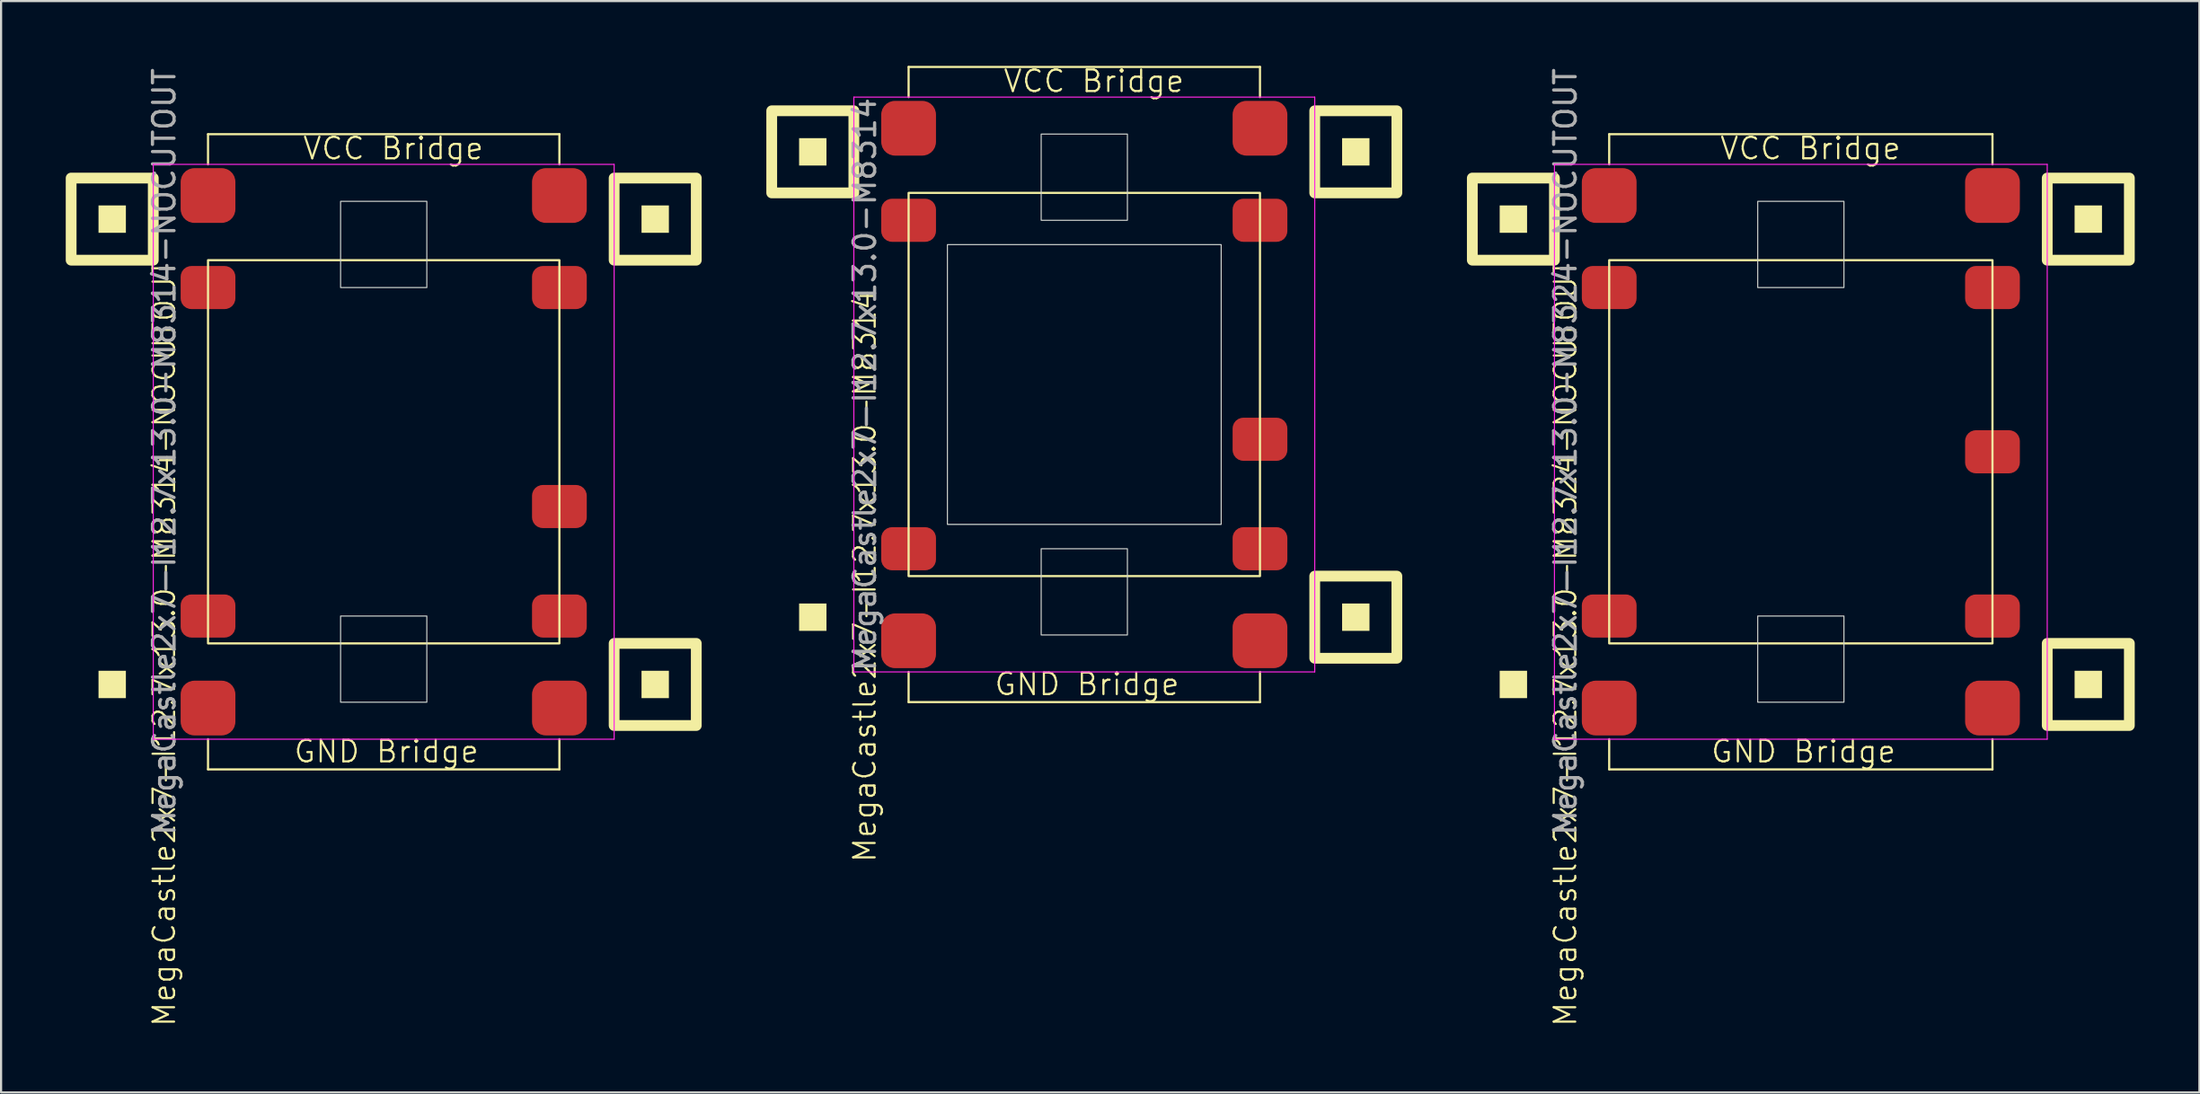
<source format=kicad_pcb>
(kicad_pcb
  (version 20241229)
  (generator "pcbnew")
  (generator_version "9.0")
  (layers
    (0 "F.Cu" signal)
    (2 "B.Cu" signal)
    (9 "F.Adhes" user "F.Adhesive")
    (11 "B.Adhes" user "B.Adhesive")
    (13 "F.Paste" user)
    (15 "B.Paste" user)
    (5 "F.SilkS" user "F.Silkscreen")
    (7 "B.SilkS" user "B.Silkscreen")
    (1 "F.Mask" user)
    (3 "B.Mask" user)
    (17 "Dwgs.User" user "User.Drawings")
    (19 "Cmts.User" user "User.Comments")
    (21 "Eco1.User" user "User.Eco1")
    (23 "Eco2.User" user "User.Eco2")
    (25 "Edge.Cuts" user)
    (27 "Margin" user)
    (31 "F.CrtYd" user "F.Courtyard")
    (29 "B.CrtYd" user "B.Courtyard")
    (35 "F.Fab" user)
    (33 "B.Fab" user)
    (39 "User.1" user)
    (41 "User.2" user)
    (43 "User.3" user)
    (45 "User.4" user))
  (footprint "MegaCastle2x7-I12.7x13.0-M8314-NOCUTOUT"
    (layer "F.Cu")
    (at 14.75 17.911)
    (property "Reference" "MegaCastle2x7-I12.7x13.0-M8314-NOCUTOUT" (at -10.182 8.89 90) (unlocked yes) (layer "F.SilkS") (effects (font (size 1 1) (thickness 0.1))))
    (attr smd)
    (fp_line (start -8.15 -14.735) (end 8.15 -14.735) (stroke (width 0.1) (type default)) (layer "F.SilkS"))
    (fp_line (start -8.15 -13.335) (end -8.15 -14.735) (stroke (width 0.1) (type default)) (layer "F.SilkS"))
    (fp_line (start -8.15 13.335) (end -8.15 14.735) (stroke (width 0.1) (type default)) (layer "F.SilkS"))
    (fp_line (start -8.15 14.735) (end 8.15 14.735) (stroke (width 0.1) (type default)) (layer "F.SilkS"))
    (fp_line (start 8.15 -13.335) (end 8.15 -14.735) (stroke (width 0.1) (type default)) (layer "F.SilkS"))
    (fp_line (start 8.15 13.335) (end 8.15 14.735) (stroke (width 0.1) (type default)) (layer "F.SilkS"))
    (fp_rect (start -11.96 -10.16) (end -13.23 -11.43) (stroke (width 0) (type solid)) (fill yes) (layer "F.SilkS"))
    (fp_rect (start -11.96 11.43) (end -13.23 10.16) (stroke (width 0) (type solid)) (fill yes) (layer "F.SilkS"))
    (fp_rect (start -10.69 -8.89) (end -14.5 -12.7) (stroke (width 0.5) (type default)) (fill no) (layer "F.SilkS"))
    (fp_rect (start -8.15 -8.89) (end 8.15 8.89) (stroke (width 0.1) (type default)) (fill no) (layer "F.SilkS"))
    (fp_rect (start 13.23 -10.16) (end 11.96 -11.43) (stroke (width 0) (type solid)) (fill yes) (layer "F.SilkS"))
    (fp_rect (start 13.23 11.43) (end 11.96 10.16) (stroke (width 0) (type solid)) (fill yes) (layer "F.SilkS"))
    (fp_rect (start 14.5 -8.89) (end 10.69 -12.7) (stroke (width 0.5) (type default)) (fill no) (layer "F.SilkS"))
    (fp_rect (start 14.5 12.7) (end 10.69 8.89) (stroke (width 0.5) (type default)) (fill no) (layer "F.SilkS"))
    (fp_rect (start -2 -7.62) (end 2 -11.62) (stroke (width 0.05) (type default)) (fill no) (layer "Edge.Cuts"))
    (fp_rect (start -2 7.62) (end 2 11.62) (stroke (width 0.05) (type default)) (fill no) (layer "Edge.Cuts"))
    (fp_line (start -10.69 -13.335) (end -10.69 13.335) (stroke (width 0.05) (type default)) (layer "F.CrtYd"))
    (fp_line (start -10.69 13.335) (end 10.69 13.335) (stroke (width 0.05) (type default)) (layer "F.CrtYd"))
    (fp_line (start 10.69 -13.335) (end -10.69 -13.335) (stroke (width 0.05) (type default)) (layer "F.CrtYd"))
    (fp_line (start 10.69 -13.335) (end 10.69 13.335) (stroke (width 0.05) (type default)) (layer "F.CrtYd"))
    (fp_text user "VCC Bridge" (at -3.81 -13.49 0) (unlocked yes) (layer "F.SilkS") (effects (font (size 1 1) (thickness 0.1)) (justify left bottom)))
    (fp_text user "GND Bridge" (at -4.226 14.49 0) (unlocked yes) (layer "F.SilkS") (effects (font (size 1 1) (thickness 0.1)) (justify left bottom)))
    (fp_text user "${REFERENCE}" (at -10.182 0 90) (unlocked yes) (layer "F.Fab") (effects (font (size 1 1) (thickness 0.15))))
    (pad "1" smd roundrect (at -8.15 -7.62) (size 2.54 2) (layers "F.Cu" "F.Mask" "F.Paste") (roundrect_rratio 0.25))
    (pad "7" smd roundrect (at -8.15 7.62) (size 2.54 2) (layers "F.Cu" "F.Mask" "F.Paste") (roundrect_rratio 0.25))
    (pad "8" smd roundrect (at 8.15 -7.62) (size 2.54 2) (layers "F.Cu" "F.Mask" "F.Paste") (roundrect_rratio 0.25))
    (pad "12" smd roundrect (at 8.15 2.54) (size 2.54 2) (layers "F.Cu" "F.Mask" "F.Paste") (roundrect_rratio 0.25))
    (pad "14" smd roundrect (at 8.15 7.62) (size 2.54 2) (layers "F.Cu" "F.Mask" "F.Paste") (roundrect_rratio 0.25))
    (pad "A1" smd roundrect (at -8.15 -11.89) (size 2.54 2.54) (layers "F.Cu" "F.Mask" "F.Paste") (roundrect_rratio 0.25))
    (pad "A2" smd roundrect (at 8.15 -11.89) (size 2.54 2.54) (layers "F.Cu" "F.Mask" "F.Paste") (roundrect_rratio 0.25))
    (pad "B1" smd roundrect (at -8.15 11.89) (size 2.54 2.54) (layers "F.Cu" "F.Mask" "F.Paste") (roundrect_rratio 0.25))
    (pad "B2" smd roundrect (at 8.15 11.89) (size 2.54 2.54) (layers "F.Cu" "F.Mask" "F.Paste") (roundrect_rratio 0.25)))
  (footprint "MegaCastle2x7-I12.7x13.0-M8324-NOCUTOUT"
    (layer "F.Cu")
    (at 80.49 17.911)
    (property "Reference" "MegaCastle2x7-I12.7x13.0-M8324-NOCUTOUT" (at -10.922 8.89 90) (unlocked yes) (layer "F.SilkS") (effects (font (size 1 1) (thickness 0.1))))
    (attr smd)
    (fp_line (start -8.89 -14.735) (end 8.89 -14.735) (stroke (width 0.1) (type default)) (layer "F.SilkS"))
    (fp_line (start -8.89 -13.335) (end -8.89 -14.735) (stroke (width 0.1) (type default)) (layer "F.SilkS"))
    (fp_line (start -8.89 13.335) (end -8.89 14.735) (stroke (width 0.1) (type default)) (layer "F.SilkS"))
    (fp_line (start -8.89 14.735) (end 8.89 14.735) (stroke (width 0.1) (type default)) (layer "F.SilkS"))
    (fp_line (start 8.89 -13.335) (end 8.89 -14.735) (stroke (width 0.1) (type default)) (layer "F.SilkS"))
    (fp_line (start 8.89 13.335) (end 8.89 14.735) (stroke (width 0.1) (type default)) (layer "F.SilkS"))
    (fp_rect (start -12.7 -10.16) (end -13.97 -11.43) (stroke (width 0) (type solid)) (fill yes) (layer "F.SilkS"))
    (fp_rect (start -12.7 11.43) (end -13.97 10.16) (stroke (width 0) (type solid)) (fill yes) (layer "F.SilkS"))
    (fp_rect (start -11.43 -8.89) (end -15.24 -12.7) (stroke (width 0.5) (type default)) (fill no) (layer "F.SilkS"))
    (fp_rect (start -8.89 -8.89) (end 8.89 8.89) (stroke (width 0.1) (type default)) (fill no) (layer "F.SilkS"))
    (fp_rect (start 13.97 -10.16) (end 12.7 -11.43) (stroke (width 0) (type solid)) (fill yes) (layer "F.SilkS"))
    (fp_rect (start 13.97 11.43) (end 12.7 10.16) (stroke (width 0) (type solid)) (fill yes) (layer "F.SilkS"))
    (fp_rect (start 15.24 -8.89) (end 11.43 -12.7) (stroke (width 0.5) (type default)) (fill no) (layer "F.SilkS"))
    (fp_rect (start 15.24 12.7) (end 11.43 8.89) (stroke (width 0.5) (type default)) (fill no) (layer "F.SilkS"))
    (fp_rect (start -2 -7.62) (end 2 -11.62) (stroke (width 0.05) (type default)) (fill no) (layer "Edge.Cuts"))
    (fp_rect (start -2 7.62) (end 2 11.62) (stroke (width 0.05) (type default)) (fill no) (layer "Edge.Cuts"))
    (fp_line (start -11.43 -13.335) (end -11.43 13.335) (stroke (width 0.05) (type default)) (layer "F.CrtYd"))
    (fp_line (start -11.43 13.335) (end 11.43 13.335) (stroke (width 0.05) (type default)) (layer "F.CrtYd"))
    (fp_line (start 11.43 -13.335) (end -11.43 -13.335) (stroke (width 0.05) (type default)) (layer "F.CrtYd"))
    (fp_line (start 11.43 -13.335) (end 11.43 13.335) (stroke (width 0.05) (type default)) (layer "F.CrtYd"))
    (fp_text user "VCC Bridge" (at -3.81 -13.49 0) (unlocked yes) (layer "F.SilkS") (effects (font (size 1 1) (thickness 0.1)) (justify left bottom)))
    (fp_text user "GND Bridge" (at -4.226 14.49 0) (unlocked yes) (layer "F.SilkS") (effects (font (size 1 1) (thickness 0.1)) (justify left bottom)))
    (fp_text user "${REFERENCE}" (at -10.922 0 90) (unlocked yes) (layer "F.Fab") (effects (font (size 1 1) (thickness 0.15))))
    (pad "1" smd roundrect (at -8.89 -7.62) (size 2.54 2) (layers "F.Cu" "F.Mask" "F.Paste") (roundrect_rratio 0.25))
    (pad "7" smd roundrect (at -8.89 7.62) (size 2.54 2) (layers "F.Cu" "F.Mask" "F.Paste") (roundrect_rratio 0.25))
    (pad "8" smd roundrect (at 8.89 -7.62) (size 2.54 2) (layers "F.Cu" "F.Mask" "F.Paste") (roundrect_rratio 0.25))
    (pad "11" smd roundrect (at 8.89 0) (size 2.54 2) (layers "F.Cu" "F.Mask" "F.Paste") (roundrect_rratio 0.25))
    (pad "14" smd roundrect (at 8.89 7.62) (size 2.54 2) (layers "F.Cu" "F.Mask" "F.Paste") (roundrect_rratio 0.25))
    (pad "A1" smd roundrect (at -8.89 -11.89) (size 2.54 2.54) (layers "F.Cu" "F.Mask" "F.Paste") (roundrect_rratio 0.25))
    (pad "A2" smd roundrect (at 8.89 -11.89) (size 2.54 2.54) (layers "F.Cu" "F.Mask" "F.Paste") (roundrect_rratio 0.25))
    (pad "B1" smd roundrect (at -8.89 11.89) (size 2.54 2.54) (layers "F.Cu" "F.Mask" "F.Paste") (roundrect_rratio 0.25))
    (pad "B2" smd roundrect (at 8.89 11.89) (size 2.54 2.54) (layers "F.Cu" "F.Mask" "F.Paste") (roundrect_rratio 0.25)))
  (footprint "MegaCastle2x7-I12.7x13.0-M8314"
    (layer "F.Cu")
    (at 47.25 14.79)
    (property "Reference" "MegaCastle2x7-I12.7x13.0-M8314" (at -10.182 8.89 90) (unlocked yes) (layer "F.SilkS") (effects (font (size 1 1) (thickness 0.1))))
    (attr smd)
    (fp_line (start -8.15 -14.735) (end 8.15 -14.735) (stroke (width 0.1) (type default)) (layer "F.SilkS"))
    (fp_line (start -8.15 -13.335) (end -8.15 -14.735) (stroke (width 0.1) (type default)) (layer "F.SilkS"))
    (fp_line (start -8.15 13.335) (end -8.15 14.735) (stroke (width 0.1) (type default)) (layer "F.SilkS"))
    (fp_line (start -8.15 14.735) (end 8.15 14.735) (stroke (width 0.1) (type default)) (layer "F.SilkS"))
    (fp_line (start 8.15 -13.335) (end 8.15 -14.735) (stroke (width 0.1) (type default)) (layer "F.SilkS"))
    (fp_line (start 8.15 13.335) (end 8.15 14.735) (stroke (width 0.1) (type default)) (layer "F.SilkS"))
    (fp_rect (start -11.96 -10.16) (end -13.23 -11.43) (stroke (width 0) (type solid)) (fill yes) (layer "F.SilkS"))
    (fp_rect (start -11.96 11.43) (end -13.23 10.16) (stroke (width 0) (type solid)) (fill yes) (layer "F.SilkS"))
    (fp_rect (start -10.69 -8.89) (end -14.5 -12.7) (stroke (width 0.5) (type default)) (fill no) (layer "F.SilkS"))
    (fp_rect (start -8.15 -8.89) (end 8.15 8.89) (stroke (width 0.1) (type default)) (fill no) (layer "F.SilkS"))
    (fp_rect (start 13.23 -10.16) (end 11.96 -11.43) (stroke (width 0) (type solid)) (fill yes) (layer "F.SilkS"))
    (fp_rect (start 13.23 11.43) (end 11.96 10.16) (stroke (width 0) (type solid)) (fill yes) (layer "F.SilkS"))
    (fp_rect (start 14.5 -8.89) (end 10.69 -12.7) (stroke (width 0.5) (type default)) (fill no) (layer "F.SilkS"))
    (fp_rect (start 14.5 12.7) (end 10.69 8.89) (stroke (width 0.5) (type default)) (fill no) (layer "F.SilkS"))
    (fp_rect (start -6.35 -6.49) (end 6.35 6.49) (stroke (width 0.05) (type default)) (fill no) (layer "Edge.Cuts"))
    (fp_rect (start -2 -7.62) (end 2 -11.62) (stroke (width 0.05) (type default)) (fill no) (layer "Edge.Cuts"))
    (fp_rect (start -2 7.62) (end 2 11.62) (stroke (width 0.05) (type default)) (fill no) (layer "Edge.Cuts"))
    (fp_line (start -10.69 -13.335) (end -10.69 13.335) (stroke (width 0.05) (type default)) (layer "F.CrtYd"))
    (fp_line (start -10.69 13.335) (end 10.69 13.335) (stroke (width 0.05) (type default)) (layer "F.CrtYd"))
    (fp_line (start 10.69 -13.335) (end -10.69 -13.335) (stroke (width 0.05) (type default)) (layer "F.CrtYd"))
    (fp_line (start 10.69 -13.335) (end 10.69 13.335) (stroke (width 0.05) (type default)) (layer "F.CrtYd"))
    (fp_text user "VCC Bridge" (at -3.81 -13.49 0) (unlocked yes) (layer "F.SilkS") (effects (font (size 1 1) (thickness 0.1)) (justify left bottom)))
    (fp_text user "GND Bridge" (at -4.226 14.49 0) (unlocked yes) (layer "F.SilkS") (effects (font (size 1 1) (thickness 0.1)) (justify left bottom)))
    (fp_text user "${REFERENCE}" (at -10.182 0 90) (unlocked yes) (layer "F.Fab") (effects (font (size 1 1) (thickness 0.15))))
    (pad "1" smd roundrect (at -8.15 -7.62) (size 2.54 2) (layers "F.Cu" "F.Mask" "F.Paste") (roundrect_rratio 0.25))
    (pad "7" smd roundrect (at -8.15 7.62) (size 2.54 2) (layers "F.Cu" "F.Mask" "F.Paste") (roundrect_rratio 0.25))
    (pad "8" smd roundrect (at 8.15 -7.62) (size 2.54 2) (layers "F.Cu" "F.Mask" "F.Paste") (roundrect_rratio 0.25))
    (pad "12" smd roundrect (at 8.15 2.54) (size 2.54 2) (layers "F.Cu" "F.Mask" "F.Paste") (roundrect_rratio 0.25))
    (pad "14" smd roundrect (at 8.15 7.62) (size 2.54 2) (layers "F.Cu" "F.Mask" "F.Paste") (roundrect_rratio 0.25))
    (pad "A1" smd roundrect (at -8.15 -11.89) (size 2.54 2.54) (layers "F.Cu" "F.Mask" "F.Paste") (roundrect_rratio 0.25))
    (pad "A2" smd roundrect (at 8.15 -11.89) (size 2.54 2.54) (layers "F.Cu" "F.Mask" "F.Paste") (roundrect_rratio 0.25))
    (pad "B1" smd roundrect (at -8.15 11.89) (size 2.54 2.54) (layers "F.Cu" "F.Mask" "F.Paste") (roundrect_rratio 0.25))
    (pad "B2" smd roundrect (at 8.15 11.89) (size 2.54 2.54) (layers "F.Cu" "F.Mask" "F.Paste") (roundrect_rratio 0.25)))
  (gr_rect
    (start -3 -3)
    (end 98.98 47.636)
    (stroke (width 0.1) (type default))
    (fill no)
    (layer "Edge.Cuts")))
</source>
